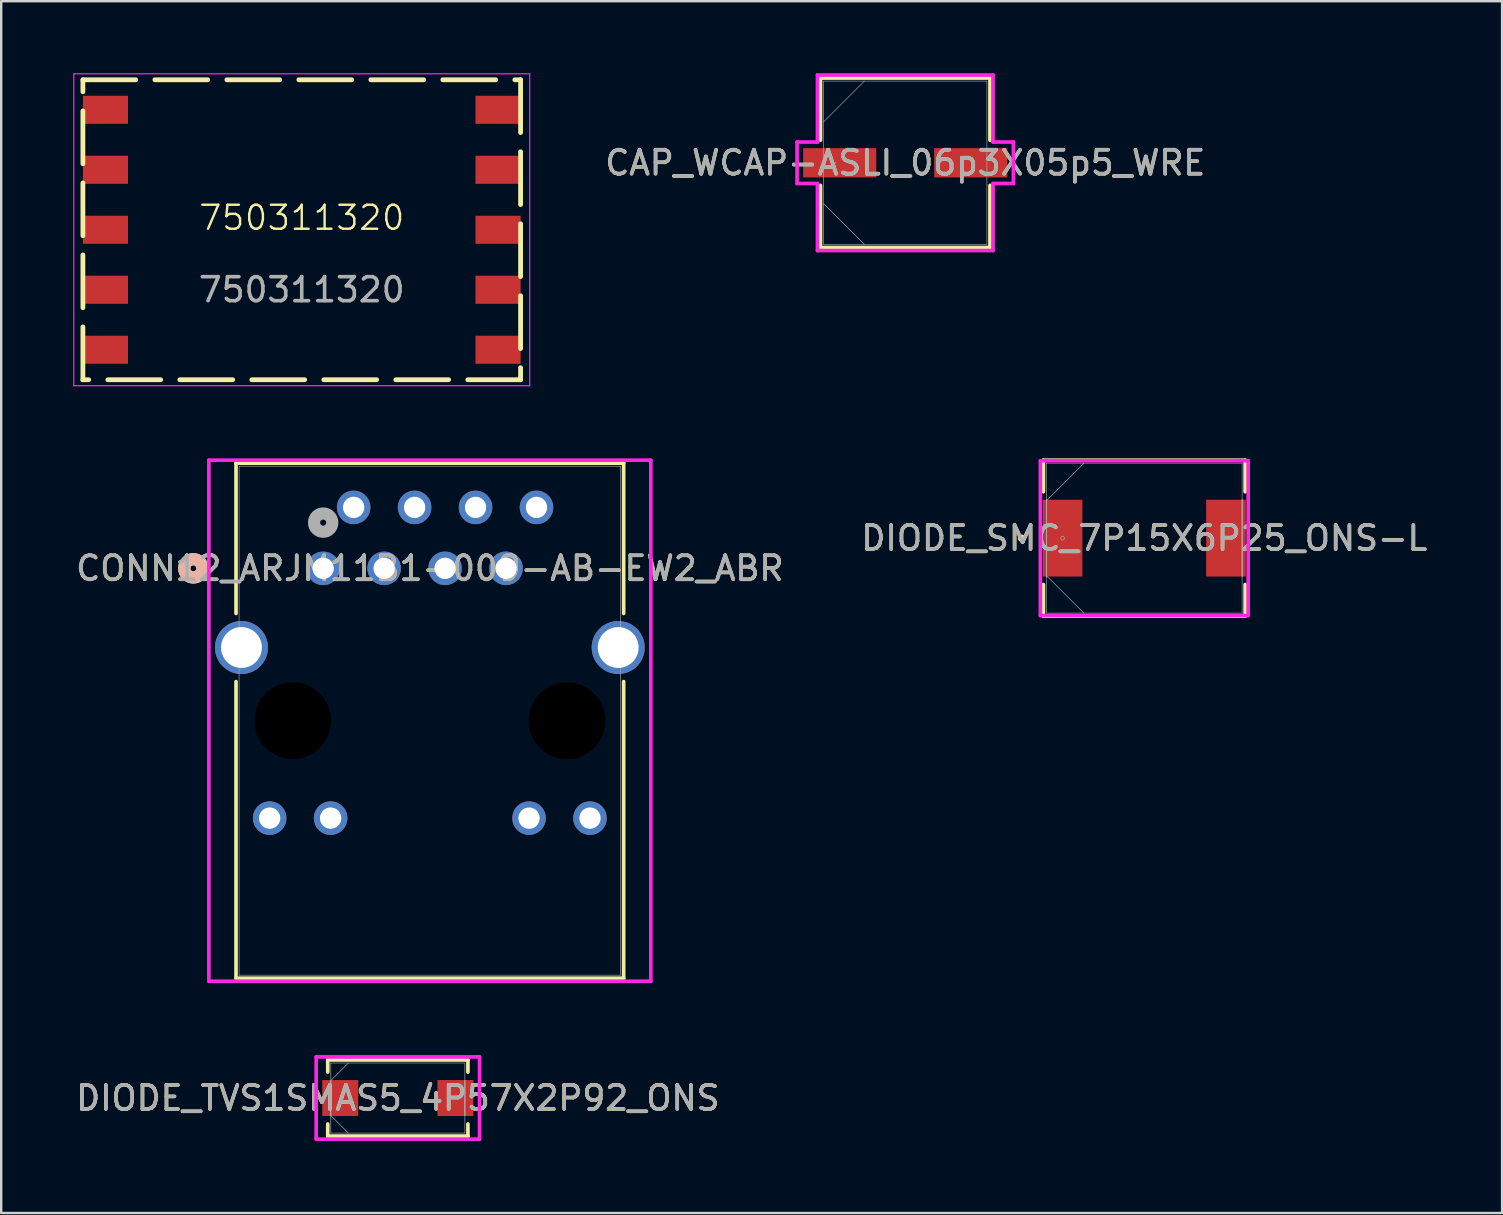
<source format=kicad_pcb>
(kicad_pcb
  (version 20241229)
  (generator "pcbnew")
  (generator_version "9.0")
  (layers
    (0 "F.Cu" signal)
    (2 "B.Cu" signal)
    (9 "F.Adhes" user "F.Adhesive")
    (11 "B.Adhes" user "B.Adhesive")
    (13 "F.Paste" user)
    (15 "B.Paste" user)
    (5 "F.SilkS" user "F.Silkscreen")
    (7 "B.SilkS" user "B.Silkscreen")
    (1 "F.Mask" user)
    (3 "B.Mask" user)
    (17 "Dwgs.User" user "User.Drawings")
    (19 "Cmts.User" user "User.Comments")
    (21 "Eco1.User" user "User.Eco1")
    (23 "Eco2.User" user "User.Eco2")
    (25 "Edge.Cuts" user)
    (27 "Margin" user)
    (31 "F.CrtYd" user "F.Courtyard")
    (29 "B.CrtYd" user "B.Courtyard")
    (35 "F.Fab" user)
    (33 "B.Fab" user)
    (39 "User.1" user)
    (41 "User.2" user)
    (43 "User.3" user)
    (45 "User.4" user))
  (footprint "750311320"
    (layer "F.Cu")
    (at 9.525 6.525)
    (property "Reference" "750311320" (at 0 -0.5 0) (unlocked yes) (layer "F.SilkS") (effects (font (size 1 1) (thickness 0.1))))
    (attr smd)
    (fp_line (start -9.12 -6.25) (end 9.12 -6.25) (stroke (width 0.2) (type dash)) (layer "F.SilkS"))
    (fp_line (start -9.12 6.25) (end -9.12 -6.25) (stroke (width 0.2) (type dash)) (layer "F.SilkS"))
    (fp_line (start 9.12 -6.25) (end 9.12 6.25) (stroke (width 0.2) (type dash)) (layer "F.SilkS"))
    (fp_line (start 9.12 6.25) (end -9.12 6.25) (stroke (width 0.2) (type dash)) (layer "F.SilkS"))
    (fp_line (start -9.5 -6.5) (end 9.5 -6.5) (stroke (width 0.05) (type default)) (layer "F.CrtYd"))
    (fp_line (start -9.5 6.5) (end -9.5 -6.5) (stroke (width 0.05) (type default)) (layer "F.CrtYd"))
    (fp_line (start 9.5 -6.5) (end 9.5 6.5) (stroke (width 0.05) (type default)) (layer "F.CrtYd"))
    (fp_line (start 9.5 6.5) (end -9.5 6.5) (stroke (width 0.05) (type default)) (layer "F.CrtYd"))
    (fp_text user "Footprint by Nick Darash" (at -9 6 0) (unlocked yes) (layer "Cmts.User") (effects (font (size 0.127 0.127) (thickness 0.002)) (justify left bottom)))
    (fp_text user "${REFERENCE}" (at 0 2.5 0) (unlocked yes) (layer "F.Fab") (effects (font (size 1 1) (thickness 0.15))))
    (pad "1" smd rect (at -8.18 5) (size 1.88 1.17) (layers "F.Cu" "F.Mask" "F.Paste"))
    (pad "2" smd rect (at -8.18 2.5) (size 1.88 1.17) (layers "F.Cu" "F.Mask" "F.Paste"))
    (pad "3" smd rect (at -8.18 0) (size 1.88 1.17) (layers "F.Cu" "F.Mask" "F.Paste"))
    (pad "4" smd rect (at -8.18 -2.5) (size 1.88 1.17) (layers "F.Cu" "F.Mask" "F.Paste"))
    (pad "5" smd rect (at -8.18 -5) (size 1.88 1.17) (layers "F.Cu" "F.Mask" "F.Paste"))
    (pad "6" smd rect (at 8.18 -5) (size 1.88 1.17) (layers "F.Cu" "F.Mask" "F.Paste"))
    (pad "7" smd rect (at 8.18 -2.5) (size 1.88 1.17) (layers "F.Cu" "F.Mask" "F.Paste"))
    (pad "8" smd rect (at 8.18 0) (size 1.88 1.17) (layers "F.Cu" "F.Mask" "F.Paste"))
    (pad "9" smd rect (at 8.18 2.5) (size 1.88 1.17) (layers "F.Cu" "F.Mask" "F.Paste"))
    (pad "10" smd rect (at 8.18 5) (size 1.88 1.17) (layers "F.Cu" "F.Mask" "F.Paste")))
  (footprint "DIODE_TVS1SMAS5_4P57X2P92_ONS"
    (layer "F.Cu")
    (at 13.53 42.71)
    (property "Reference" "DIODE_TVS1SMAS5_4P57X2P92_ONS" (at 0 0 0) (unlocked yes) (layer "F.SilkS") (effects (font (size 1 1) (thickness 0.15))))
    (attr smd)
    (fp_line (start -2.921 -1.587) (end -2.921 -1.082) (stroke (width 0.152) (type solid)) (layer "F.SilkS"))
    (fp_line (start -2.921 1.082) (end -2.921 1.587) (stroke (width 0.152) (type solid)) (layer "F.SilkS"))
    (fp_line (start -2.921 1.587) (end 2.921 1.587) (stroke (width 0.152) (type solid)) (layer "F.SilkS"))
    (fp_line (start 2.921 -1.587) (end -2.921 -1.587) (stroke (width 0.152) (type solid)) (layer "F.SilkS"))
    (fp_line (start 2.921 -1.082) (end 2.921 -1.587) (stroke (width 0.152) (type solid)) (layer "F.SilkS"))
    (fp_line (start 2.921 1.587) (end 2.921 1.082) (stroke (width 0.152) (type solid)) (layer "F.SilkS"))
    (fp_line (start -3.404 -1.714) (end 3.404 -1.714) (stroke (width 0.152) (type solid)) (layer "F.CrtYd"))
    (fp_line (start -3.404 1.714) (end -3.404 -1.714) (stroke (width 0.152) (type solid)) (layer "F.CrtYd"))
    (fp_line (start 3.404 -1.714) (end 3.404 1.714) (stroke (width 0.152) (type solid)) (layer "F.CrtYd"))
    (fp_line (start 3.404 1.714) (end -3.404 1.714) (stroke (width 0.152) (type solid)) (layer "F.CrtYd"))
    (fp_line (start -2.794 -1.46) (end -2.794 1.46) (stroke (width 0.025) (type solid)) (layer "F.Fab"))
    (fp_line (start -2.794 -0.73) (end -2.064 -1.46) (stroke (width 0.025) (type solid)) (layer "F.Fab"))
    (fp_line (start -2.794 -0.724) (end -2.794 -0.724) (stroke (width 0.025) (type solid)) (layer "F.Fab"))
    (fp_line (start -2.794 -0.724) (end -2.794 0.724) (stroke (width 0.025) (type solid)) (layer "F.Fab"))
    (fp_line (start -2.794 0.724) (end -2.794 -0.724) (stroke (width 0.025) (type solid)) (layer "F.Fab"))
    (fp_line (start -2.794 0.724) (end -2.794 0.724) (stroke (width 0.025) (type solid)) (layer "F.Fab"))
    (fp_line (start -2.794 0.73) (end -2.064 1.46) (stroke (width 0.025) (type solid)) (layer "F.Fab"))
    (fp_line (start -2.794 1.46) (end 2.794 1.46) (stroke (width 0.025) (type solid)) (layer "F.Fab"))
    (fp_line (start 2.794 -1.46) (end -2.794 -1.46) (stroke (width 0.025) (type solid)) (layer "F.Fab"))
    (fp_line (start 2.794 -0.724) (end 2.794 -0.724) (stroke (width 0.025) (type solid)) (layer "F.Fab"))
    (fp_line (start 2.794 -0.724) (end 2.794 0.724) (stroke (width 0.025) (type solid)) (layer "F.Fab"))
    (fp_line (start 2.794 0.724) (end 2.794 -0.724) (stroke (width 0.025) (type solid)) (layer "F.Fab"))
    (fp_line (start 2.794 0.724) (end 2.794 0.724) (stroke (width 0.025) (type solid)) (layer "F.Fab"))
    (fp_line (start 2.794 1.46) (end 2.794 -1.46) (stroke (width 0.025) (type solid)) (layer "F.Fab"))
    (fp_circle (center -2.4 0) (end -2.4 0) (stroke (width 0.025) (type solid)) (fill no) (layer "F.Fab"))
    (fp_text user "${REFERENCE}" (at 0 0 0) (unlocked yes) (layer "F.Fab") (effects (font (size 1 1) (thickness 0.15))))
    (pad "1" smd rect (at -2.4 0) (size 1.499 1.499) (layers "F.Cu" "F.Mask" "F.Paste"))
    (pad "2" smd rect (at 2.4 0) (size 1.499 1.499) (layers "F.Cu" "F.Mask" "F.Paste"))
    (zone (net_name "") (layer "F.Cu") (hatch full 0.508) (connect_pads) (min_thickness 0.254) (filled_areas_thickness no) (keepout (tracks not_allowed) (vias not_allowed) (pads allowed) (copperpour not_allowed) (footprints allowed)) (placement (enabled no)) (fill) (polygon (pts (xy 11.93 41.3) (xy 15.13 41.3) (xy 15.13 44.12) (xy 11.93 44.12)))))
  (footprint "CONN12_ARJM11B1-009-AB-EW2_ABR"
    (layer "F.Cu")
    (at 14.863 26.985)
    (property "Reference" "CONN12_ARJM11B1-009-AB-EW2_ABR" (at 0 -6.35 0) (unlocked yes) (layer "F.SilkS") (effects (font (size 1 1) (thickness 0.15))))
    (attr through_hole)
    (fp_line (start -8.077 -10.732) (end -8.077 -4.47) (stroke (width 0.152) (type solid)) (layer "F.SilkS"))
    (fp_line (start -8.077 -1.63) (end -8.077 10.732) (stroke (width 0.152) (type solid)) (layer "F.SilkS"))
    (fp_line (start -8.077 10.732) (end 8.077 10.732) (stroke (width 0.152) (type solid)) (layer "F.SilkS"))
    (fp_line (start 8.077 -10.732) (end -8.077 -10.732) (stroke (width 0.152) (type solid)) (layer "F.SilkS"))
    (fp_line (start 8.077 -4.47) (end 8.077 -10.732) (stroke (width 0.152) (type solid)) (layer "F.SilkS"))
    (fp_line (start 8.077 10.732) (end 8.077 -1.63) (stroke (width 0.152) (type solid)) (layer "F.SilkS"))
    (fp_circle (center -9.855 -6.35) (end -9.474 -6.35) (stroke (width 0.508) (type solid)) (fill no) (layer "F.SilkS"))
    (fp_circle (center -9.855 -6.35) (end -9.474 -6.35) (stroke (width 0.508) (type solid)) (fill no) (layer "B.SilkS"))
    (fp_line (start -9.209 -10.858) (end -9.209 10.858) (stroke (width 0.152) (type solid)) (layer "F.CrtYd"))
    (fp_line (start -9.209 10.858) (end 9.209 10.858) (stroke (width 0.152) (type solid)) (layer "F.CrtYd"))
    (fp_line (start 9.209 -10.858) (end -9.209 -10.858) (stroke (width 0.152) (type solid)) (layer "F.CrtYd"))
    (fp_line (start 9.209 10.858) (end 9.209 -10.858) (stroke (width 0.152) (type solid)) (layer "F.CrtYd"))
    (fp_line (start -7.95 -10.604) (end -7.95 10.604) (stroke (width 0.025) (type solid)) (layer "F.Fab"))
    (fp_line (start -7.95 10.604) (end 7.95 10.604) (stroke (width 0.025) (type solid)) (layer "F.Fab"))
    (fp_line (start 7.95 -10.604) (end -7.95 -10.604) (stroke (width 0.025) (type solid)) (layer "F.Fab"))
    (fp_line (start 7.95 10.604) (end 7.95 -10.604) (stroke (width 0.025) (type solid)) (layer "F.Fab"))
    (fp_circle (center -4.445 -8.255) (end -4.064 -8.255) (stroke (width 0.508) (type solid)) (fill no) (layer "F.Fab"))
    (fp_text user "${REFERENCE}" (at 0 -6.35 0) (unlocked yes) (layer "F.Fab") (effects (font (size 1 1) (thickness 0.15))))
    (pad "" np_thru_hole circle (at -5.715 0) (size 3.2 3.2) (drill 3.2) (layers))
    (pad "" np_thru_hole circle (at 5.715 0) (size 3.2 3.2) (drill 3.2) (layers))
    (pad "1" thru_hole circle (at -4.445 -6.35) (size 1.397 1.397) (drill 0.889) (layers "*.Cu" "*.Mask"))
    (pad "2" thru_hole circle (at -3.175 -8.89) (size 1.397 1.397) (drill 0.889) (layers "*.Cu" "*.Mask"))
    (pad "3" thru_hole circle (at -1.905 -6.35) (size 1.397 1.397) (drill 0.889) (layers "*.Cu" "*.Mask"))
    (pad "4" thru_hole circle (at -0.635 -8.89) (size 1.397 1.397) (drill 0.889) (layers "*.Cu" "*.Mask"))
    (pad "5" thru_hole circle (at 0.635 -6.35) (size 1.397 1.397) (drill 0.889) (layers "*.Cu" "*.Mask"))
    (pad "6" thru_hole circle (at 1.905 -8.89) (size 1.397 1.397) (drill 0.889) (layers "*.Cu" "*.Mask"))
    (pad "7" thru_hole circle (at 3.175 -6.35) (size 1.397 1.397) (drill 0.889) (layers "*.Cu" "*.Mask"))
    (pad "8" thru_hole circle (at 4.445 -8.89) (size 1.397 1.397) (drill 0.889) (layers "*.Cu" "*.Mask"))
    (pad "9" thru_hole circle (at -6.675 4.06) (size 1.397 1.397) (drill 0.889) (layers "*.Cu" "*.Mask"))
    (pad "10" thru_hole circle (at -4.135 4.06) (size 1.397 1.397) (drill 0.889) (layers "*.Cu" "*.Mask"))
    (pad "11" thru_hole circle (at 4.135 4.06) (size 1.397 1.397) (drill 0.889) (layers "*.Cu" "*.Mask"))
    (pad "12" thru_hole circle (at 6.675 4.06) (size 1.397 1.397) (drill 0.889) (layers "*.Cu" "*.Mask"))
    (pad "SH" thru_hole circle (at -7.85 -3.05) (size 2.21 2.21) (drill 1.702) (layers "*.Cu" "*.Mask"))
    (pad "SH" thru_hole circle (at 7.85 -3.05) (size 2.21 2.21) (drill 1.702) (layers "*.Cu" "*.Mask")))
  (footprint "CAP_WCAP-ASLI_06p3X05p5_WRE"
    (layer "F.Cu")
    (at 34.675 3.734)
    (property "Reference" "CAP_WCAP-ASLI_06p3X05p5_WRE" (at 0 0 0) (unlocked yes) (layer "F.SilkS") (effects (font (size 1 1) (thickness 0.15))))
    (attr smd)
    (fp_line (start -3.531 -3.531) (end -3.531 -0.942) (stroke (width 0.152) (type solid)) (layer "F.SilkS"))
    (fp_line (start -3.531 0.942) (end -3.531 3.531) (stroke (width 0.152) (type solid)) (layer "F.SilkS"))
    (fp_line (start -3.531 3.531) (end 3.531 3.531) (stroke (width 0.152) (type solid)) (layer "F.SilkS"))
    (fp_line (start 3.531 -3.531) (end -3.531 -3.531) (stroke (width 0.152) (type solid)) (layer "F.SilkS"))
    (fp_line (start 3.531 -0.942) (end 3.531 -3.531) (stroke (width 0.152) (type solid)) (layer "F.SilkS"))
    (fp_line (start 3.531 3.531) (end 3.531 0.942) (stroke (width 0.152) (type solid)) (layer "F.SilkS"))
    (fp_line (start -4.508 -0.864) (end -3.658 -0.864) (stroke (width 0.152) (type solid)) (layer "F.CrtYd"))
    (fp_line (start -4.508 0.864) (end -4.508 -0.864) (stroke (width 0.152) (type solid)) (layer "F.CrtYd"))
    (fp_line (start -3.658 -3.658) (end 3.658 -3.658) (stroke (width 0.152) (type solid)) (layer "F.CrtYd"))
    (fp_line (start -3.658 -0.864) (end -3.658 -3.658) (stroke (width 0.152) (type solid)) (layer "F.CrtYd"))
    (fp_line (start -3.658 0.864) (end -4.508 0.864) (stroke (width 0.152) (type solid)) (layer "F.CrtYd"))
    (fp_line (start -3.658 3.658) (end -3.658 0.864) (stroke (width 0.152) (type solid)) (layer "F.CrtYd"))
    (fp_line (start 3.658 -3.658) (end 3.658 -0.864) (stroke (width 0.152) (type solid)) (layer "F.CrtYd"))
    (fp_line (start 3.658 -0.864) (end 4.508 -0.864) (stroke (width 0.152) (type solid)) (layer "F.CrtYd"))
    (fp_line (start 3.658 0.864) (end 3.658 3.658) (stroke (width 0.152) (type solid)) (layer "F.CrtYd"))
    (fp_line (start 3.658 3.658) (end -3.658 3.658) (stroke (width 0.152) (type solid)) (layer "F.CrtYd"))
    (fp_line (start 4.508 -0.864) (end 4.508 0.864) (stroke (width 0.152) (type solid)) (layer "F.CrtYd"))
    (fp_line (start 4.508 0.864) (end 3.658 0.864) (stroke (width 0.152) (type solid)) (layer "F.CrtYd"))
    (fp_line (start -3.404 -3.404) (end -3.404 3.404) (stroke (width 0.025) (type solid)) (layer "F.Fab"))
    (fp_line (start -3.404 -1.702) (end -1.702 -3.404) (stroke (width 0.025) (type solid)) (layer "F.Fab"))
    (fp_line (start -3.404 1.702) (end -1.702 3.404) (stroke (width 0.025) (type solid)) (layer "F.Fab"))
    (fp_line (start -3.404 3.404) (end 3.404 3.404) (stroke (width 0.025) (type solid)) (layer "F.Fab"))
    (fp_line (start 3.404 -3.404) (end -3.404 -3.404) (stroke (width 0.025) (type solid)) (layer "F.Fab"))
    (fp_line (start 3.404 3.404) (end 3.404 -3.404) (stroke (width 0.025) (type solid)) (layer "F.Fab"))
    (fp_circle (center -2.896 0) (end -2.896 0) (stroke (width 0.025) (type solid)) (fill no) (layer "F.Fab"))
    (fp_text user "${REFERENCE}" (at 0 0 0) (unlocked yes) (layer "F.Fab") (effects (font (size 1 1) (thickness 0.15))))
    (pad "1" smd rect (at -2.731 0) (size 3.048 1.219) (layers "F.Cu" "F.Mask" "F.Paste"))
    (pad "2" smd rect (at 2.731 0) (size 3.048 1.219) (layers "F.Cu" "F.Mask" "F.Paste"))
    (zone (net_name "") (layer "F.Cu") (hatch full 0.508) (connect_pads) (min_thickness 0.254) (filled_areas_thickness no) (keepout (tracks not_allowed) (vias not_allowed) (pads allowed) (copperpour not_allowed) (footprints allowed)) (placement (enabled no)) (fill) (polygon (pts (xy 31.322 0.381) (xy 38.028 0.381) (xy 38.028 3.073) (xy 31.322 3.073))))
    (zone (net_name "") (layer "F.Cu") (hatch full 0.508) (connect_pads) (min_thickness 0.254) (filled_areas_thickness no) (keepout (tracks not_allowed) (vias not_allowed) (pads allowed) (copperpour not_allowed) (footprints allowed)) (placement (enabled no)) (fill) (polygon (pts (xy 31.322 4.394) (xy 38.028 4.394) (xy 38.028 7.087) (xy 31.322 7.087))))
    (zone (net_name "") (layer "F.Cu") (hatch full 0.508) (connect_pads) (min_thickness 0.254) (filled_areas_thickness no) (keepout (tracks not_allowed) (vias not_allowed) (pads allowed) (copperpour not_allowed) (footprints allowed)) (placement (enabled no)) (fill) (polygon (pts (xy 33.519 3.073) (xy 35.831 3.073) (xy 35.831 4.394) (xy 33.519 4.394)))))
  (footprint "DIODE_SMC_7P15X6P25_ONS-L"
    (layer "F.Cu")
    (at 44.637 19.377)
    (property "Reference" "DIODE_SMC_7P15X6P25_ONS-L" (at 0 0 0) (unlocked yes) (layer "F.SilkS") (effects (font (size 1 1) (thickness 0.15))))
    (attr smd)
    (fp_line (start -4.204 -3.251) (end -4.204 -1.933) (stroke (width 0.152) (type solid)) (layer "F.SilkS"))
    (fp_line (start -4.204 1.933) (end -4.204 3.251) (stroke (width 0.152) (type solid)) (layer "F.SilkS"))
    (fp_line (start -4.204 3.251) (end 4.204 3.251) (stroke (width 0.152) (type solid)) (layer "F.SilkS"))
    (fp_line (start 4.204 -3.251) (end -4.204 -3.251) (stroke (width 0.152) (type solid)) (layer "F.SilkS"))
    (fp_line (start 4.204 -1.933) (end 4.204 -3.251) (stroke (width 0.152) (type solid)) (layer "F.SilkS"))
    (fp_line (start 4.204 3.251) (end 4.204 1.933) (stroke (width 0.152) (type solid)) (layer "F.SilkS"))
    (fp_circle (center -5.118 0) (end -5.042 0) (stroke (width 0.152) (type solid)) (fill no) (layer "F.SilkS"))
    (fp_line (start -4.331 -3.226) (end 4.331 -3.226) (stroke (width 0.152) (type solid)) (layer "F.CrtYd"))
    (fp_line (start -4.331 3.226) (end -4.331 -3.226) (stroke (width 0.152) (type solid)) (layer "F.CrtYd"))
    (fp_line (start 4.331 -3.226) (end 4.331 3.226) (stroke (width 0.152) (type solid)) (layer "F.CrtYd"))
    (fp_line (start 4.331 3.226) (end -4.331 3.226) (stroke (width 0.152) (type solid)) (layer "F.CrtYd"))
    (fp_line (start -4.077 -3.124) (end -4.077 3.124) (stroke (width 0.025) (type solid)) (layer "F.Fab"))
    (fp_line (start -4.077 -1.6) (end -4.077 -1.6) (stroke (width 0.025) (type solid)) (layer "F.Fab"))
    (fp_line (start -4.077 -1.6) (end -4.077 1.6) (stroke (width 0.025) (type solid)) (layer "F.Fab"))
    (fp_line (start -4.077 -1.562) (end -2.515 -3.124) (stroke (width 0.025) (type solid)) (layer "F.Fab"))
    (fp_line (start -4.077 1.562) (end -2.515 3.124) (stroke (width 0.025) (type solid)) (layer "F.Fab"))
    (fp_line (start -4.077 1.6) (end -4.077 -1.6) (stroke (width 0.025) (type solid)) (layer "F.Fab"))
    (fp_line (start -4.077 1.6) (end -4.077 1.6) (stroke (width 0.025) (type solid)) (layer "F.Fab"))
    (fp_line (start -4.077 3.124) (end 4.077 3.124) (stroke (width 0.025) (type solid)) (layer "F.Fab"))
    (fp_line (start 4.077 -3.124) (end -4.077 -3.124) (stroke (width 0.025) (type solid)) (layer "F.Fab"))
    (fp_line (start 4.077 -1.6) (end 4.077 -1.6) (stroke (width 0.025) (type solid)) (layer "F.Fab"))
    (fp_line (start 4.077 -1.6) (end 4.077 1.6) (stroke (width 0.025) (type solid)) (layer "F.Fab"))
    (fp_line (start 4.077 1.6) (end 4.077 -1.6) (stroke (width 0.025) (type solid)) (layer "F.Fab"))
    (fp_line (start 4.077 1.6) (end 4.077 1.6) (stroke (width 0.025) (type solid)) (layer "F.Fab"))
    (fp_line (start 4.077 3.124) (end 4.077 -3.124) (stroke (width 0.025) (type solid)) (layer "F.Fab"))
    (fp_circle (center -3.404 0) (end -3.327 0) (stroke (width 0.025) (type solid)) (fill no) (layer "F.Fab"))
    (fp_text user "${REFERENCE}" (at 0 0 0) (unlocked yes) (layer "F.Fab") (effects (font (size 1 1) (thickness 0.15))))
    (pad "1" smd rect (at -3.404 0) (size 1.651 3.2) (layers "F.Cu" "F.Mask" "F.Paste"))
    (pad "2" smd rect (at 3.404 0) (size 1.651 3.2) (layers "F.Cu" "F.Mask" "F.Paste"))
    (zone (net_name "") (layer "F.Cu") (hatch full 0.508) (connect_pads) (min_thickness 0.254) (filled_areas_thickness no) (keepout (tracks not_allowed) (vias not_allowed) (pads allowed) (copperpour not_allowed) (footprints allowed)) (placement (enabled no)) (fill) (polygon (pts (xy 42.11 16.304) (xy 47.164 16.304) (xy 47.164 22.451) (xy 42.11 22.451)))))
  (gr_rect
    (start -3 -3)
    (end 59.548 47.501)
    (stroke (width 0.1) (type default))
    (fill no)
    (layer "Edge.Cuts")))
</source>
